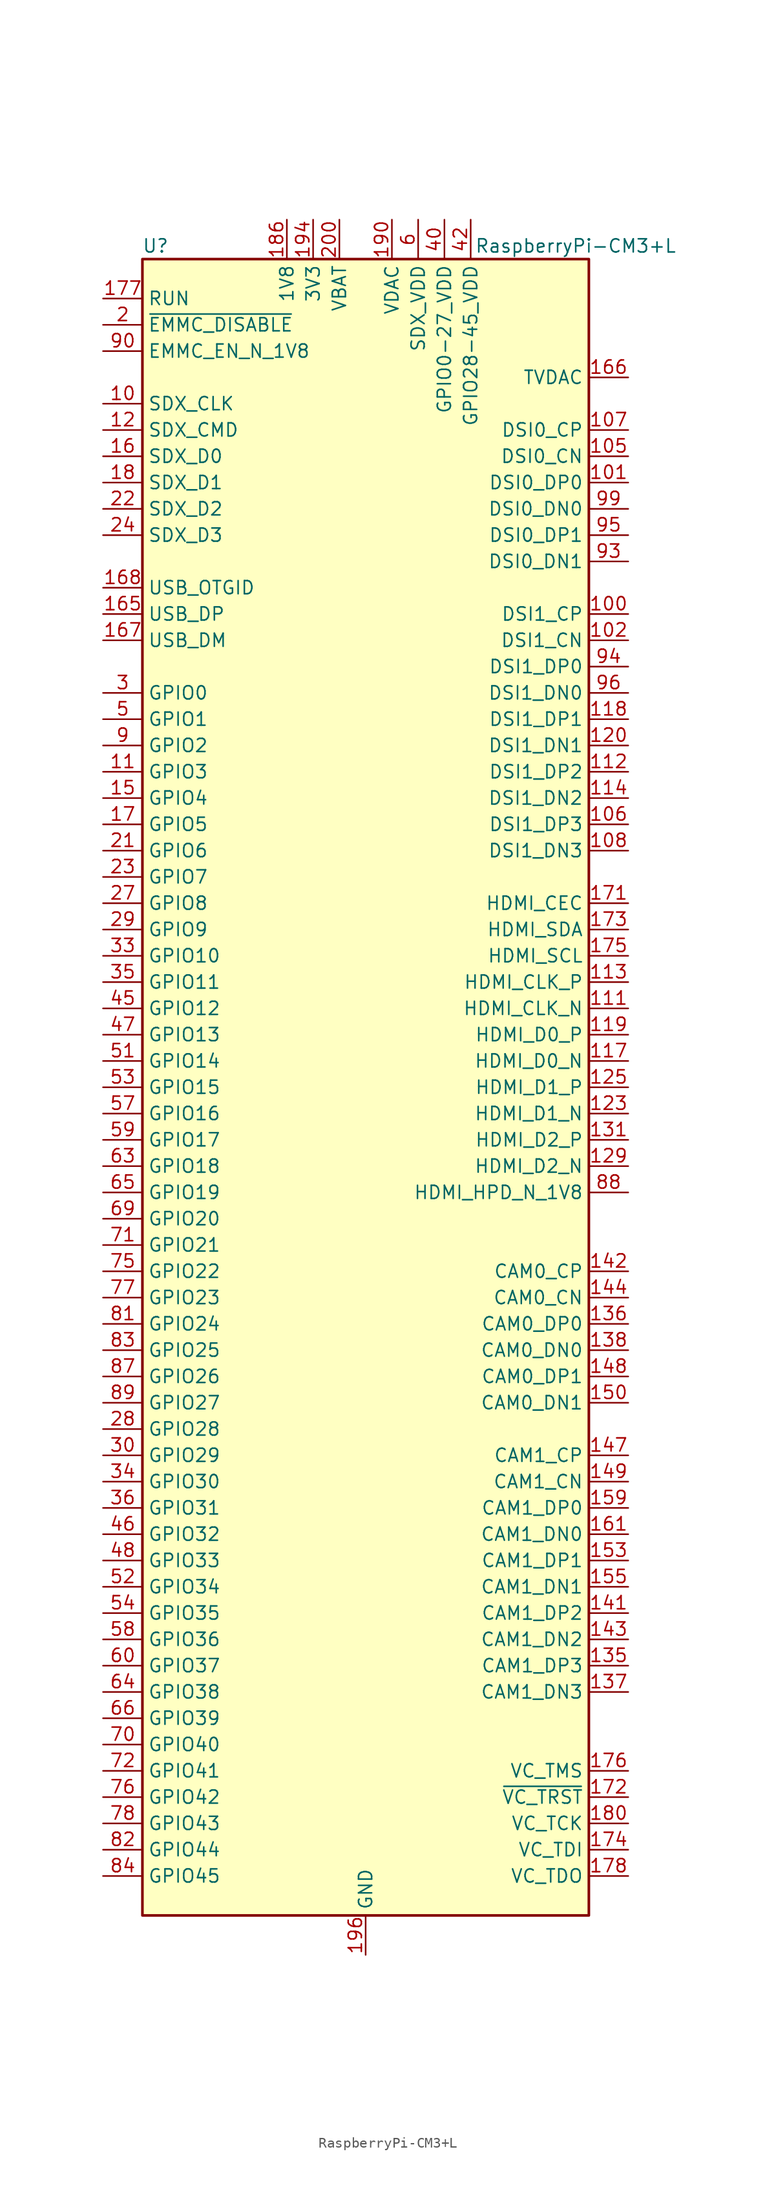
<source format=kicad_sym>
(kicad_symbol_lib
  (version 20201005)
  (generator kicad_symbol_editor)
  (symbol "RaspberryPi-CM3+L"
    (property "Reference" "U"
      (at -20.32 81.28 0)
      (effects (font (size 1.27 1.27))))
    (property "Value" "RaspberryPi-CM3+L"
      (at 20.32 81.28 0)
      (effects (font (size 1.27 1.27))))
    (symbol "RaspberryPi-CM3+L_0_1"
      (rectangle (start -21.59 80.01) (end 21.59 -80.01) (stroke (width 0.254)) (fill (type background))))
    (symbol "RaspberryPi-CM3+L_1_1"
      (pin passive line (at 0 -83.82 90) (length 3.81) hide (name "GND" (effects (font (size 1.27 1.27)))) (number "1" (effects (font (size 1.27 1.27)))))
      (pin output line (at -25.4 66.04 0) (length 3.81) (name "SDX_CLK" (effects (font (size 1.27 1.27)))) (number "10" (effects (font (size 1.27 1.27)))))
      (pin output line (at 25.4 45.72 180) (length 3.81) (name "DSI1_CP" (effects (font (size 1.27 1.27)))) (number "100" (effects (font (size 1.27 1.27)))))
      (pin output line (at 25.4 58.42 180) (length 3.81) (name "DSI0_DP0" (effects (font (size 1.27 1.27)))) (number "101" (effects (font (size 1.27 1.27)))))
      (pin output line (at 25.4 43.18 180) (length 3.81) (name "DSI1_CN" (effects (font (size 1.27 1.27)))) (number "102" (effects (font (size 1.27 1.27)))))
      (pin passive line (at 0 -83.82 90) (length 3.81) hide (name "GND" (effects (font (size 1.27 1.27)))) (number "103" (effects (font (size 1.27 1.27)))))
      (pin passive line (at 0 -83.82 90) (length 3.81) hide (name "GND" (effects (font (size 1.27 1.27)))) (number "104" (effects (font (size 1.27 1.27)))))
      (pin output line (at 25.4 60.96 180) (length 3.81) (name "DSI0_CN" (effects (font (size 1.27 1.27)))) (number "105" (effects (font (size 1.27 1.27)))))
      (pin output line (at 25.4 25.4 180) (length 3.81) (name "DSI1_DP3" (effects (font (size 1.27 1.27)))) (number "106" (effects (font (size 1.27 1.27)))))
      (pin output line (at 25.4 63.5 180) (length 3.81) (name "DSI0_CP" (effects (font (size 1.27 1.27)))) (number "107" (effects (font (size 1.27 1.27)))))
      (pin output line (at 25.4 22.86 180) (length 3.81) (name "DSI1_DN3" (effects (font (size 1.27 1.27)))) (number "108" (effects (font (size 1.27 1.27)))))
      (pin passive line (at 0 -83.82 90) (length 3.81) hide (name "GND" (effects (font (size 1.27 1.27)))) (number "109" (effects (font (size 1.27 1.27)))))
      (pin bidirectional line (at -25.4 30.48 0) (length 3.81) (name "GPIO3" (effects (font (size 1.27 1.27)))) (number "11" (effects (font (size 1.27 1.27)))))
      (pin passive line (at 0 -83.82 90) (length 3.81) hide (name "GND" (effects (font (size 1.27 1.27)))) (number "110" (effects (font (size 1.27 1.27)))))
      (pin output line (at 25.4 7.62 180) (length 3.81) (name "HDMI_CLK_N" (effects (font (size 1.27 1.27)))) (number "111" (effects (font (size 1.27 1.27)))))
      (pin output line (at 25.4 30.48 180) (length 3.81) (name "DSI1_DP2" (effects (font (size 1.27 1.27)))) (number "112" (effects (font (size 1.27 1.27)))))
      (pin output line (at 25.4 10.16 180) (length 3.81) (name "HDMI_CLK_P" (effects (font (size 1.27 1.27)))) (number "113" (effects (font (size 1.27 1.27)))))
      (pin output line (at 25.4 27.94 180) (length 3.81) (name "DSI1_DN2" (effects (font (size 1.27 1.27)))) (number "114" (effects (font (size 1.27 1.27)))))
      (pin passive line (at 0 -83.82 90) (length 3.81) hide (name "GND" (effects (font (size 1.27 1.27)))) (number "115" (effects (font (size 1.27 1.27)))))
      (pin passive line (at 0 -83.82 90) (length 3.81) hide (name "GND" (effects (font (size 1.27 1.27)))) (number "116" (effects (font (size 1.27 1.27)))))
      (pin output line (at 25.4 2.54 180) (length 3.81) (name "HDMI_D0_N" (effects (font (size 1.27 1.27)))) (number "117" (effects (font (size 1.27 1.27)))))
      (pin output line (at 25.4 35.56 180) (length 3.81) (name "DSI1_DP1" (effects (font (size 1.27 1.27)))) (number "118" (effects (font (size 1.27 1.27)))))
      (pin output line (at 25.4 5.08 180) (length 3.81) (name "HDMI_D0_P" (effects (font (size 1.27 1.27)))) (number "119" (effects (font (size 1.27 1.27)))))
      (pin bidirectional line (at -25.4 63.5 0) (length 3.81) (name "SDX_CMD" (effects (font (size 1.27 1.27)))) (number "12" (effects (font (size 1.27 1.27)))))
      (pin output line (at 25.4 33.02 180) (length 3.81) (name "DSI1_DN1" (effects (font (size 1.27 1.27)))) (number "120" (effects (font (size 1.27 1.27)))))
      (pin passive line (at 0 -83.82 90) (length 3.81) hide (name "GND" (effects (font (size 1.27 1.27)))) (number "121" (effects (font (size 1.27 1.27)))))
      (pin passive line (at 0 -83.82 90) (length 3.81) hide (name "GND" (effects (font (size 1.27 1.27)))) (number "122" (effects (font (size 1.27 1.27)))))
      (pin output line (at 25.4 -2.54 180) (length 3.81) (name "HDMI_D1_N" (effects (font (size 1.27 1.27)))) (number "123" (effects (font (size 1.27 1.27)))))
      (pin no_connect line (at 20.32 76.2 180) (length 2.54) hide (name "NC" (effects (font (size 1.27 1.27)))) (number "124" (effects (font (size 1.27 1.27)))))
      (pin output line (at 25.4 0 180) (length 3.81) (name "HDMI_D1_P" (effects (font (size 1.27 1.27)))) (number "125" (effects (font (size 1.27 1.27)))))
      (pin no_connect line (at 20.32 73.66 180) (length 2.54) hide (name "NC" (effects (font (size 1.27 1.27)))) (number "126" (effects (font (size 1.27 1.27)))))
      (pin passive line (at 0 -83.82 90) (length 3.81) hide (name "GND" (effects (font (size 1.27 1.27)))) (number "127" (effects (font (size 1.27 1.27)))))
      (pin no_connect line (at 20.32 71.12 180) (length 2.54) hide (name "NC" (effects (font (size 1.27 1.27)))) (number "128" (effects (font (size 1.27 1.27)))))
      (pin output line (at 25.4 -7.62 180) (length 3.81) (name "HDMI_D2_N" (effects (font (size 1.27 1.27)))) (number "129" (effects (font (size 1.27 1.27)))))
      (pin passive line (at 0 -83.82 90) (length 3.81) hide (name "GND" (effects (font (size 1.27 1.27)))) (number "13" (effects (font (size 1.27 1.27)))))
      (pin no_connect line (at 20.32 66.04 180) (length 2.54) hide (name "NC" (effects (font (size 1.27 1.27)))) (number "130" (effects (font (size 1.27 1.27)))))
      (pin output line (at 25.4 -5.08 180) (length 3.81) (name "HDMI_D2_P" (effects (font (size 1.27 1.27)))) (number "131" (effects (font (size 1.27 1.27)))))
      (pin no_connect line (at 20.32 48.26 180) (length 2.54) hide (name "NC" (effects (font (size 1.27 1.27)))) (number "132" (effects (font (size 1.27 1.27)))))
      (pin passive line (at 0 -83.82 90) (length 3.81) hide (name "GND" (effects (font (size 1.27 1.27)))) (number "133" (effects (font (size 1.27 1.27)))))
      (pin passive line (at 0 -83.82 90) (length 3.81) hide (name "GND" (effects (font (size 1.27 1.27)))) (number "134" (effects (font (size 1.27 1.27)))))
      (pin input line (at 25.4 -55.88 180) (length 3.81) (name "CAM1_DP3" (effects (font (size 1.27 1.27)))) (number "135" (effects (font (size 1.27 1.27)))))
      (pin input line (at 25.4 -22.86 180) (length 3.81) (name "CAM0_DP0" (effects (font (size 1.27 1.27)))) (number "136" (effects (font (size 1.27 1.27)))))
      (pin input line (at 25.4 -58.42 180) (length 3.81) (name "CAM1_DN3" (effects (font (size 1.27 1.27)))) (number "137" (effects (font (size 1.27 1.27)))))
      (pin input line (at 25.4 -25.4 180) (length 3.81) (name "CAM0_DN0" (effects (font (size 1.27 1.27)))) (number "138" (effects (font (size 1.27 1.27)))))
      (pin passive line (at 0 -83.82 90) (length 3.81) hide (name "GND" (effects (font (size 1.27 1.27)))) (number "139" (effects (font (size 1.27 1.27)))))
      (pin passive line (at 0 -83.82 90) (length 3.81) hide (name "GND" (effects (font (size 1.27 1.27)))) (number "14" (effects (font (size 1.27 1.27)))))
      (pin passive line (at 0 -83.82 90) (length 3.81) hide (name "GND" (effects (font (size 1.27 1.27)))) (number "140" (effects (font (size 1.27 1.27)))))
      (pin input line (at 25.4 -50.8 180) (length 3.81) (name "CAM1_DP2" (effects (font (size 1.27 1.27)))) (number "141" (effects (font (size 1.27 1.27)))))
      (pin input line (at 25.4 -17.78 180) (length 3.81) (name "CAM0_CP" (effects (font (size 1.27 1.27)))) (number "142" (effects (font (size 1.27 1.27)))))
      (pin input line (at 25.4 -53.34 180) (length 3.81) (name "CAM1_DN2" (effects (font (size 1.27 1.27)))) (number "143" (effects (font (size 1.27 1.27)))))
      (pin input line (at 25.4 -20.32 180) (length 3.81) (name "CAM0_CN" (effects (font (size 1.27 1.27)))) (number "144" (effects (font (size 1.27 1.27)))))
      (pin passive line (at 0 -83.82 90) (length 3.81) hide (name "GND" (effects (font (size 1.27 1.27)))) (number "145" (effects (font (size 1.27 1.27)))))
      (pin passive line (at 0 -83.82 90) (length 3.81) hide (name "GND" (effects (font (size 1.27 1.27)))) (number "146" (effects (font (size 1.27 1.27)))))
      (pin input line (at 25.4 -35.56 180) (length 3.81) (name "CAM1_CP" (effects (font (size 1.27 1.27)))) (number "147" (effects (font (size 1.27 1.27)))))
      (pin input line (at 25.4 -27.94 180) (length 3.81) (name "CAM0_DP1" (effects (font (size 1.27 1.27)))) (number "148" (effects (font (size 1.27 1.27)))))
      (pin input line (at 25.4 -38.1 180) (length 3.81) (name "CAM1_CN" (effects (font (size 1.27 1.27)))) (number "149" (effects (font (size 1.27 1.27)))))
      (pin bidirectional line (at -25.4 27.94 0) (length 3.81) (name "GPIO4" (effects (font (size 1.27 1.27)))) (number "15" (effects (font (size 1.27 1.27)))))
      (pin input line (at 25.4 -30.48 180) (length 3.81) (name "CAM0_DN1" (effects (font (size 1.27 1.27)))) (number "150" (effects (font (size 1.27 1.27)))))
      (pin passive line (at 0 -83.82 90) (length 3.81) hide (name "GND" (effects (font (size 1.27 1.27)))) (number "151" (effects (font (size 1.27 1.27)))))
      (pin passive line (at 0 -83.82 90) (length 3.81) hide (name "GND" (effects (font (size 1.27 1.27)))) (number "152" (effects (font (size 1.27 1.27)))))
      (pin input line (at 25.4 -45.72 180) (length 3.81) (name "CAM1_DP1" (effects (font (size 1.27 1.27)))) (number "153" (effects (font (size 1.27 1.27)))))
      (pin no_connect line (at 20.32 -15.24 180) (length 2.54) hide (name "NC" (effects (font (size 1.27 1.27)))) (number "154" (effects (font (size 1.27 1.27)))))
      (pin input line (at 25.4 -48.26 180) (length 3.81) (name "CAM1_DN1" (effects (font (size 1.27 1.27)))) (number "155" (effects (font (size 1.27 1.27)))))
      (pin no_connect line (at 20.32 -12.7 180) (length 2.54) hide (name "NC" (effects (font (size 1.27 1.27)))) (number "156" (effects (font (size 1.27 1.27)))))
      (pin passive line (at 0 -83.82 90) (length 3.81) hide (name "GND" (effects (font (size 1.27 1.27)))) (number "157" (effects (font (size 1.27 1.27)))))
      (pin no_connect line (at 20.32 20.32 180) (length 2.54) hide (name "NC" (effects (font (size 1.27 1.27)))) (number "158" (effects (font (size 1.27 1.27)))))
      (pin input line (at 25.4 -40.64 180) (length 3.81) (name "CAM1_DP0" (effects (font (size 1.27 1.27)))) (number "159" (effects (font (size 1.27 1.27)))))
      (pin bidirectional line (at -25.4 60.96 0) (length 3.81) (name "SDX_D0" (effects (font (size 1.27 1.27)))) (number "16" (effects (font (size 1.27 1.27)))))
      (pin no_connect line (at 20.32 -60.96 180) (length 2.54) hide (name "NC" (effects (font (size 1.27 1.27)))) (number "160" (effects (font (size 1.27 1.27)))))
      (pin input line (at 25.4 -43.18 180) (length 3.81) (name "CAM1_DN0" (effects (font (size 1.27 1.27)))) (number "161" (effects (font (size 1.27 1.27)))))
      (pin no_connect line (at 20.32 -63.5 180) (length 2.54) hide (name "NC" (effects (font (size 1.27 1.27)))) (number "162" (effects (font (size 1.27 1.27)))))
      (pin passive line (at 0 -83.82 90) (length 3.81) hide (name "GND" (effects (font (size 1.27 1.27)))) (number "163" (effects (font (size 1.27 1.27)))))
      (pin passive line (at 0 -83.82 90) (length 3.81) hide (name "GND" (effects (font (size 1.27 1.27)))) (number "164" (effects (font (size 1.27 1.27)))))
      (pin bidirectional line (at -25.4 45.72 0) (length 3.81) (name "USB_DP" (effects (font (size 1.27 1.27)))) (number "165" (effects (font (size 1.27 1.27)))))
      (pin output line (at 25.4 68.58 180) (length 3.81) (name "TVDAC" (effects (font (size 1.27 1.27)))) (number "166" (effects (font (size 1.27 1.27)))))
      (pin bidirectional line (at -25.4 43.18 0) (length 3.81) (name "USB_DM" (effects (font (size 1.27 1.27)))) (number "167" (effects (font (size 1.27 1.27)))))
      (pin passive line (at -25.4 48.26 0) (length 3.81) (name "USB_OTGID" (effects (font (size 1.27 1.27)))) (number "168" (effects (font (size 1.27 1.27)))))
      (pin passive line (at 0 -83.82 90) (length 3.81) hide (name "GND" (effects (font (size 1.27 1.27)))) (number "169" (effects (font (size 1.27 1.27)))))
      (pin bidirectional line (at -25.4 25.4 0) (length 3.81) (name "GPIO5" (effects (font (size 1.27 1.27)))) (number "17" (effects (font (size 1.27 1.27)))))
      (pin passive line (at 0 -83.82 90) (length 3.81) hide (name "GND" (effects (font (size 1.27 1.27)))) (number "170" (effects (font (size 1.27 1.27)))))
      (pin bidirectional line (at 25.4 17.78 180) (length 3.81) (name "HDMI_CEC" (effects (font (size 1.27 1.27)))) (number "171" (effects (font (size 1.27 1.27)))))
      (pin input line (at 25.4 -68.58 180) (length 3.81) (name "~VC_TRST" (effects (font (size 1.27 1.27)))) (number "172" (effects (font (size 1.27 1.27)))))
      (pin bidirectional line (at 25.4 15.24 180) (length 3.81) (name "HDMI_SDA" (effects (font (size 1.27 1.27)))) (number "173" (effects (font (size 1.27 1.27)))))
      (pin input line (at 25.4 -73.66 180) (length 3.81) (name "VC_TDI" (effects (font (size 1.27 1.27)))) (number "174" (effects (font (size 1.27 1.27)))))
      (pin bidirectional line (at 25.4 12.7 180) (length 3.81) (name "HDMI_SCL" (effects (font (size 1.27 1.27)))) (number "175" (effects (font (size 1.27 1.27)))))
      (pin input line (at 25.4 -66.04 180) (length 3.81) (name "VC_TMS" (effects (font (size 1.27 1.27)))) (number "176" (effects (font (size 1.27 1.27)))))
      (pin input line (at -25.4 76.2 0) (length 3.81) (name "RUN" (effects (font (size 1.27 1.27)))) (number "177" (effects (font (size 1.27 1.27)))))
      (pin output line (at 25.4 -76.2 180) (length 3.81) (name "VC_TDO" (effects (font (size 1.27 1.27)))) (number "178" (effects (font (size 1.27 1.27)))))
      (pin no_connect line (at 0 78.74 270) (length 2.54) hide (name "VDD_CORE_(DO_NOT_CONNECT)" (effects (font (size 1.27 1.27)))) (number "179" (effects (font (size 1.27 1.27)))))
      (pin bidirectional line (at -25.4 58.42 0) (length 3.81) (name "SDX_D1" (effects (font (size 1.27 1.27)))) (number "18" (effects (font (size 1.27 1.27)))))
      (pin input line (at 25.4 -71.12 180) (length 3.81) (name "VC_TCK" (effects (font (size 1.27 1.27)))) (number "180" (effects (font (size 1.27 1.27)))))
      (pin passive line (at 0 -83.82 90) (length 3.81) hide (name "GND" (effects (font (size 1.27 1.27)))) (number "181" (effects (font (size 1.27 1.27)))))
      (pin passive line (at 0 -83.82 90) (length 3.81) hide (name "GND" (effects (font (size 1.27 1.27)))) (number "182" (effects (font (size 1.27 1.27)))))
      (pin passive line (at -7.62 83.82 270) (length 3.81) hide (name "1V8" (effects (font (size 1.27 1.27)))) (number "183" (effects (font (size 1.27 1.27)))))
      (pin passive line (at -7.62 83.82 270) (length 3.81) hide (name "1V8" (effects (font (size 1.27 1.27)))) (number "184" (effects (font (size 1.27 1.27)))))
      (pin passive line (at -7.62 83.82 270) (length 3.81) hide (name "1V8" (effects (font (size 1.27 1.27)))) (number "185" (effects (font (size 1.27 1.27)))))
      (pin power_in line (at -7.62 83.82 270) (length 3.81) (name "1V8" (effects (font (size 1.27 1.27)))) (number "186" (effects (font (size 1.27 1.27)))))
      (pin passive line (at 0 -83.82 90) (length 3.81) hide (name "GND" (effects (font (size 1.27 1.27)))) (number "187" (effects (font (size 1.27 1.27)))))
      (pin passive line (at 0 -83.82 90) (length 3.81) hide (name "GND" (effects (font (size 1.27 1.27)))) (number "188" (effects (font (size 1.27 1.27)))))
      (pin passive line (at 2.54 83.82 270) (length 3.81) hide (name "VDAC" (effects (font (size 1.27 1.27)))) (number "189" (effects (font (size 1.27 1.27)))))
      (pin passive line (at 0 -83.82 90) (length 3.81) hide (name "GND" (effects (font (size 1.27 1.27)))) (number "19" (effects (font (size 1.27 1.27)))))
      (pin power_in line (at 2.54 83.82 270) (length 3.81) (name "VDAC" (effects (font (size 1.27 1.27)))) (number "190" (effects (font (size 1.27 1.27)))))
      (pin passive line (at -5.08 83.82 270) (length 3.81) hide (name "3V3" (effects (font (size 1.27 1.27)))) (number "191" (effects (font (size 1.27 1.27)))))
      (pin passive line (at -5.08 83.82 270) (length 3.81) hide (name "3V3" (effects (font (size 1.27 1.27)))) (number "192" (effects (font (size 1.27 1.27)))))
      (pin passive line (at -5.08 83.82 270) (length 3.81) hide (name "3V3" (effects (font (size 1.27 1.27)))) (number "193" (effects (font (size 1.27 1.27)))))
      (pin power_in line (at -5.08 83.82 270) (length 3.81) (name "3V3" (effects (font (size 1.27 1.27)))) (number "194" (effects (font (size 1.27 1.27)))))
      (pin passive line (at 0 -83.82 90) (length 3.81) hide (name "GND" (effects (font (size 1.27 1.27)))) (number "195" (effects (font (size 1.27 1.27)))))
      (pin power_out line (at 0 -83.82 90) (length 3.81) (name "GND" (effects (font (size 1.27 1.27)))) (number "196" (effects (font (size 1.27 1.27)))))
      (pin passive line (at -2.54 83.82 270) (length 3.81) hide (name "VBAT" (effects (font (size 1.27 1.27)))) (number "197" (effects (font (size 1.27 1.27)))))
      (pin passive line (at -2.54 83.82 270) (length 3.81) hide (name "VBAT" (effects (font (size 1.27 1.27)))) (number "198" (effects (font (size 1.27 1.27)))))
      (pin passive line (at -2.54 83.82 270) (length 3.81) hide (name "VBAT" (effects (font (size 1.27 1.27)))) (number "199" (effects (font (size 1.27 1.27)))))
      (pin input line (at -25.4 73.66 0) (length 3.81) (name "~EMMC_DISABLE" (effects (font (size 1.27 1.27)))) (number "2" (effects (font (size 1.27 1.27)))))
      (pin passive line (at 0 -83.82 90) (length 3.81) hide (name "GND" (effects (font (size 1.27 1.27)))) (number "20" (effects (font (size 1.27 1.27)))))
      (pin power_in line (at -2.54 83.82 270) (length 3.81) (name "VBAT" (effects (font (size 1.27 1.27)))) (number "200" (effects (font (size 1.27 1.27)))))
      (pin bidirectional line (at -25.4 22.86 0) (length 3.81) (name "GPIO6" (effects (font (size 1.27 1.27)))) (number "21" (effects (font (size 1.27 1.27)))))
      (pin bidirectional line (at -25.4 55.88 0) (length 3.81) (name "SDX_D2" (effects (font (size 1.27 1.27)))) (number "22" (effects (font (size 1.27 1.27)))))
      (pin bidirectional line (at -25.4 20.32 0) (length 3.81) (name "GPIO7" (effects (font (size 1.27 1.27)))) (number "23" (effects (font (size 1.27 1.27)))))
      (pin bidirectional line (at -25.4 53.34 0) (length 3.81) (name "SDX_D3" (effects (font (size 1.27 1.27)))) (number "24" (effects (font (size 1.27 1.27)))))
      (pin passive line (at 0 -83.82 90) (length 3.81) hide (name "GND" (effects (font (size 1.27 1.27)))) (number "25" (effects (font (size 1.27 1.27)))))
      (pin passive line (at 0 -83.82 90) (length 3.81) hide (name "GND" (effects (font (size 1.27 1.27)))) (number "26" (effects (font (size 1.27 1.27)))))
      (pin bidirectional line (at -25.4 17.78 0) (length 3.81) (name "GPIO8" (effects (font (size 1.27 1.27)))) (number "27" (effects (font (size 1.27 1.27)))))
      (pin bidirectional line (at -25.4 -33.02 0) (length 3.81) (name "GPIO28" (effects (font (size 1.27 1.27)))) (number "28" (effects (font (size 1.27 1.27)))))
      (pin bidirectional line (at -25.4 15.24 0) (length 3.81) (name "GPIO9" (effects (font (size 1.27 1.27)))) (number "29" (effects (font (size 1.27 1.27)))))
      (pin bidirectional line (at -25.4 38.1 0) (length 3.81) (name "GPIO0" (effects (font (size 1.27 1.27)))) (number "3" (effects (font (size 1.27 1.27)))))
      (pin bidirectional line (at -25.4 -35.56 0) (length 3.81) (name "GPIO29" (effects (font (size 1.27 1.27)))) (number "30" (effects (font (size 1.27 1.27)))))
      (pin passive line (at 0 -83.82 90) (length 3.81) hide (name "GND" (effects (font (size 1.27 1.27)))) (number "31" (effects (font (size 1.27 1.27)))))
      (pin passive line (at 0 -83.82 90) (length 3.81) hide (name "GND" (effects (font (size 1.27 1.27)))) (number "32" (effects (font (size 1.27 1.27)))))
      (pin bidirectional line (at -25.4 12.7 0) (length 3.81) (name "GPIO10" (effects (font (size 1.27 1.27)))) (number "33" (effects (font (size 1.27 1.27)))))
      (pin bidirectional line (at -25.4 -38.1 0) (length 3.81) (name "GPIO30" (effects (font (size 1.27 1.27)))) (number "34" (effects (font (size 1.27 1.27)))))
      (pin bidirectional line (at -25.4 10.16 0) (length 3.81) (name "GPIO11" (effects (font (size 1.27 1.27)))) (number "35" (effects (font (size 1.27 1.27)))))
      (pin bidirectional line (at -25.4 -40.64 0) (length 3.81) (name "GPIO31" (effects (font (size 1.27 1.27)))) (number "36" (effects (font (size 1.27 1.27)))))
      (pin passive line (at 0 -83.82 90) (length 3.81) hide (name "GND" (effects (font (size 1.27 1.27)))) (number "37" (effects (font (size 1.27 1.27)))))
      (pin passive line (at 0 -83.82 90) (length 3.81) hide (name "GND" (effects (font (size 1.27 1.27)))) (number "38" (effects (font (size 1.27 1.27)))))
      (pin passive line (at 7.62 83.82 270) (length 3.81) hide (name "GPIO0-27_VDD" (effects (font (size 1.27 1.27)))) (number "39" (effects (font (size 1.27 1.27)))))
      (pin passive line (at 5.08 83.82 270) (length 3.81) hide (name "SDX_VDD" (effects (font (size 1.27 1.27)))) (number "4" (effects (font (size 1.27 1.27)))))
      (pin power_in line (at 7.62 83.82 270) (length 3.81) (name "GPIO0-27_VDD" (effects (font (size 1.27 1.27)))) (number "40" (effects (font (size 1.27 1.27)))))
      (pin passive line (at 10.16 83.82 270) (length 3.81) hide (name "GPIO28-45_VDD" (effects (font (size 1.27 1.27)))) (number "41" (effects (font (size 1.27 1.27)))))
      (pin power_in line (at 10.16 83.82 270) (length 3.81) (name "GPIO28-45_VDD" (effects (font (size 1.27 1.27)))) (number "42" (effects (font (size 1.27 1.27)))))
      (pin passive line (at 0 -83.82 90) (length 3.81) hide (name "GND" (effects (font (size 1.27 1.27)))) (number "43" (effects (font (size 1.27 1.27)))))
      (pin passive line (at 0 -83.82 90) (length 3.81) hide (name "GND" (effects (font (size 1.27 1.27)))) (number "44" (effects (font (size 1.27 1.27)))))
      (pin bidirectional line (at -25.4 7.62 0) (length 3.81) (name "GPIO12" (effects (font (size 1.27 1.27)))) (number "45" (effects (font (size 1.27 1.27)))))
      (pin bidirectional line (at -25.4 -43.18 0) (length 3.81) (name "GPIO32" (effects (font (size 1.27 1.27)))) (number "46" (effects (font (size 1.27 1.27)))))
      (pin bidirectional line (at -25.4 5.08 0) (length 3.81) (name "GPIO13" (effects (font (size 1.27 1.27)))) (number "47" (effects (font (size 1.27 1.27)))))
      (pin bidirectional line (at -25.4 -45.72 0) (length 3.81) (name "GPIO33" (effects (font (size 1.27 1.27)))) (number "48" (effects (font (size 1.27 1.27)))))
      (pin passive line (at 0 -83.82 90) (length 3.81) hide (name "GND" (effects (font (size 1.27 1.27)))) (number "49" (effects (font (size 1.27 1.27)))))
      (pin bidirectional line (at -25.4 35.56 0) (length 3.81) (name "GPIO1" (effects (font (size 1.27 1.27)))) (number "5" (effects (font (size 1.27 1.27)))))
      (pin passive line (at 0 -83.82 90) (length 3.81) hide (name "GND" (effects (font (size 1.27 1.27)))) (number "50" (effects (font (size 1.27 1.27)))))
      (pin bidirectional line (at -25.4 2.54 0) (length 3.81) (name "GPIO14" (effects (font (size 1.27 1.27)))) (number "51" (effects (font (size 1.27 1.27)))))
      (pin bidirectional line (at -25.4 -48.26 0) (length 3.81) (name "GPIO34" (effects (font (size 1.27 1.27)))) (number "52" (effects (font (size 1.27 1.27)))))
      (pin bidirectional line (at -25.4 0 0) (length 3.81) (name "GPIO15" (effects (font (size 1.27 1.27)))) (number "53" (effects (font (size 1.27 1.27)))))
      (pin bidirectional line (at -25.4 -50.8 0) (length 3.81) (name "GPIO35" (effects (font (size 1.27 1.27)))) (number "54" (effects (font (size 1.27 1.27)))))
      (pin passive line (at 0 -83.82 90) (length 3.81) hide (name "GND" (effects (font (size 1.27 1.27)))) (number "55" (effects (font (size 1.27 1.27)))))
      (pin passive line (at 0 -83.82 90) (length 3.81) hide (name "GND" (effects (font (size 1.27 1.27)))) (number "56" (effects (font (size 1.27 1.27)))))
      (pin bidirectional line (at -25.4 -2.54 0) (length 3.81) (name "GPIO16" (effects (font (size 1.27 1.27)))) (number "57" (effects (font (size 1.27 1.27)))))
      (pin bidirectional line (at -25.4 -53.34 0) (length 3.81) (name "GPIO36" (effects (font (size 1.27 1.27)))) (number "58" (effects (font (size 1.27 1.27)))))
      (pin bidirectional line (at -25.4 -5.08 0) (length 3.81) (name "GPIO17" (effects (font (size 1.27 1.27)))) (number "59" (effects (font (size 1.27 1.27)))))
      (pin power_in line (at 5.08 83.82 270) (length 3.81) (name "SDX_VDD" (effects (font (size 1.27 1.27)))) (number "6" (effects (font (size 1.27 1.27)))))
      (pin bidirectional line (at -25.4 -55.88 0) (length 3.81) (name "GPIO37" (effects (font (size 1.27 1.27)))) (number "60" (effects (font (size 1.27 1.27)))))
      (pin passive line (at 0 -83.82 90) (length 3.81) hide (name "GND" (effects (font (size 1.27 1.27)))) (number "61" (effects (font (size 1.27 1.27)))))
      (pin passive line (at 0 -83.82 90) (length 3.81) hide (name "GND" (effects (font (size 1.27 1.27)))) (number "62" (effects (font (size 1.27 1.27)))))
      (pin bidirectional line (at -25.4 -7.62 0) (length 3.81) (name "GPIO18" (effects (font (size 1.27 1.27)))) (number "63" (effects (font (size 1.27 1.27)))))
      (pin bidirectional line (at -25.4 -58.42 0) (length 3.81) (name "GPIO38" (effects (font (size 1.27 1.27)))) (number "64" (effects (font (size 1.27 1.27)))))
      (pin bidirectional line (at -25.4 -10.16 0) (length 3.81) (name "GPIO19" (effects (font (size 1.27 1.27)))) (number "65" (effects (font (size 1.27 1.27)))))
      (pin bidirectional line (at -25.4 -60.96 0) (length 3.81) (name "GPIO39" (effects (font (size 1.27 1.27)))) (number "66" (effects (font (size 1.27 1.27)))))
      (pin passive line (at 0 -83.82 90) (length 3.81) hide (name "GND" (effects (font (size 1.27 1.27)))) (number "67" (effects (font (size 1.27 1.27)))))
      (pin passive line (at 0 -83.82 90) (length 3.81) hide (name "GND" (effects (font (size 1.27 1.27)))) (number "68" (effects (font (size 1.27 1.27)))))
      (pin bidirectional line (at -25.4 -12.7 0) (length 3.81) (name "GPIO20" (effects (font (size 1.27 1.27)))) (number "69" (effects (font (size 1.27 1.27)))))
      (pin passive line (at 0 -83.82 90) (length 3.81) hide (name "GND" (effects (font (size 1.27 1.27)))) (number "7" (effects (font (size 1.27 1.27)))))
      (pin bidirectional line (at -25.4 -63.5 0) (length 3.81) (name "GPIO40" (effects (font (size 1.27 1.27)))) (number "70" (effects (font (size 1.27 1.27)))))
      (pin bidirectional line (at -25.4 -15.24 0) (length 3.81) (name "GPIO21" (effects (font (size 1.27 1.27)))) (number "71" (effects (font (size 1.27 1.27)))))
      (pin bidirectional line (at -25.4 -66.04 0) (length 3.81) (name "GPIO41" (effects (font (size 1.27 1.27)))) (number "72" (effects (font (size 1.27 1.27)))))
      (pin passive line (at 0 -83.82 90) (length 3.81) hide (name "GND" (effects (font (size 1.27 1.27)))) (number "73" (effects (font (size 1.27 1.27)))))
      (pin passive line (at 0 -83.82 90) (length 3.81) hide (name "GND" (effects (font (size 1.27 1.27)))) (number "74" (effects (font (size 1.27 1.27)))))
      (pin bidirectional line (at -25.4 -17.78 0) (length 3.81) (name "GPIO22" (effects (font (size 1.27 1.27)))) (number "75" (effects (font (size 1.27 1.27)))))
      (pin bidirectional line (at -25.4 -68.58 0) (length 3.81) (name "GPIO42" (effects (font (size 1.27 1.27)))) (number "76" (effects (font (size 1.27 1.27)))))
      (pin bidirectional line (at -25.4 -20.32 0) (length 3.81) (name "GPIO23" (effects (font (size 1.27 1.27)))) (number "77" (effects (font (size 1.27 1.27)))))
      (pin bidirectional line (at -25.4 -71.12 0) (length 3.81) (name "GPIO43" (effects (font (size 1.27 1.27)))) (number "78" (effects (font (size 1.27 1.27)))))
      (pin passive line (at 0 -83.82 90) (length 3.81) hide (name "GND" (effects (font (size 1.27 1.27)))) (number "79" (effects (font (size 1.27 1.27)))))
      (pin passive line (at 0 -83.82 90) (length 3.81) hide (name "GND" (effects (font (size 1.27 1.27)))) (number "8" (effects (font (size 1.27 1.27)))))
      (pin passive line (at 0 -83.82 90) (length 3.81) hide (name "GND" (effects (font (size 1.27 1.27)))) (number "80" (effects (font (size 1.27 1.27)))))
      (pin bidirectional line (at -25.4 -22.86 0) (length 3.81) (name "GPIO24" (effects (font (size 1.27 1.27)))) (number "81" (effects (font (size 1.27 1.27)))))
      (pin bidirectional line (at -25.4 -73.66 0) (length 3.81) (name "GPIO44" (effects (font (size 1.27 1.27)))) (number "82" (effects (font (size 1.27 1.27)))))
      (pin bidirectional line (at -25.4 -25.4 0) (length 3.81) (name "GPIO25" (effects (font (size 1.27 1.27)))) (number "83" (effects (font (size 1.27 1.27)))))
      (pin bidirectional line (at -25.4 -76.2 0) (length 3.81) (name "GPIO45" (effects (font (size 1.27 1.27)))) (number "84" (effects (font (size 1.27 1.27)))))
      (pin passive line (at 0 -83.82 90) (length 3.81) hide (name "GND" (effects (font (size 1.27 1.27)))) (number "85" (effects (font (size 1.27 1.27)))))
      (pin passive line (at 0 -83.82 90) (length 3.81) hide (name "GND" (effects (font (size 1.27 1.27)))) (number "86" (effects (font (size 1.27 1.27)))))
      (pin bidirectional line (at -25.4 -27.94 0) (length 3.81) (name "GPIO26" (effects (font (size 1.27 1.27)))) (number "87" (effects (font (size 1.27 1.27)))))
      (pin input line (at 25.4 -10.16 180) (length 3.81) (name "HDMI_HPD_N_1V8" (effects (font (size 1.27 1.27)))) (number "88" (effects (font (size 1.27 1.27)))))
      (pin bidirectional line (at -25.4 -30.48 0) (length 3.81) (name "GPIO27" (effects (font (size 1.27 1.27)))) (number "89" (effects (font (size 1.27 1.27)))))
      (pin bidirectional line (at -25.4 33.02 0) (length 3.81) (name "GPIO2" (effects (font (size 1.27 1.27)))) (number "9" (effects (font (size 1.27 1.27)))))
      (pin output line (at -25.4 71.12 0) (length 3.81) (name "EMMC_EN_N_1V8" (effects (font (size 1.27 1.27)))) (number "90" (effects (font (size 1.27 1.27)))))
      (pin passive line (at 0 -83.82 90) (length 3.81) hide (name "GND" (effects (font (size 1.27 1.27)))) (number "91" (effects (font (size 1.27 1.27)))))
      (pin passive line (at 0 -83.82 90) (length 3.81) hide (name "GND" (effects (font (size 1.27 1.27)))) (number "92" (effects (font (size 1.27 1.27)))))
      (pin output line (at 25.4 50.8 180) (length 3.81) (name "DSI0_DN1" (effects (font (size 1.27 1.27)))) (number "93" (effects (font (size 1.27 1.27)))))
      (pin output line (at 25.4 40.64 180) (length 3.81) (name "DSI1_DP0" (effects (font (size 1.27 1.27)))) (number "94" (effects (font (size 1.27 1.27)))))
      (pin output line (at 25.4 53.34 180) (length 3.81) (name "DSI0_DP1" (effects (font (size 1.27 1.27)))) (number "95" (effects (font (size 1.27 1.27)))))
      (pin output line (at 25.4 38.1 180) (length 3.81) (name "DSI1_DN0" (effects (font (size 1.27 1.27)))) (number "96" (effects (font (size 1.27 1.27)))))
      (pin passive line (at 0 -83.82 90) (length 3.81) hide (name "GND" (effects (font (size 1.27 1.27)))) (number "97" (effects (font (size 1.27 1.27)))))
      (pin passive line (at 0 -83.82 90) (length 3.81) hide (name "GND" (effects (font (size 1.27 1.27)))) (number "98" (effects (font (size 1.27 1.27)))))
      (pin output line (at 25.4 55.88 180) (length 3.81) (name "DSI0_DN0" (effects (font (size 1.27 1.27)))) (number "99" (effects (font (size 1.27 1.27))))))))
</source>
